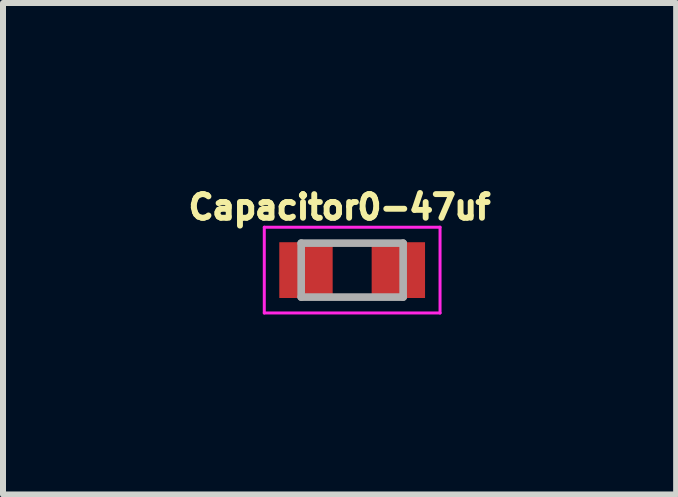
<source format=kicad_pcb>
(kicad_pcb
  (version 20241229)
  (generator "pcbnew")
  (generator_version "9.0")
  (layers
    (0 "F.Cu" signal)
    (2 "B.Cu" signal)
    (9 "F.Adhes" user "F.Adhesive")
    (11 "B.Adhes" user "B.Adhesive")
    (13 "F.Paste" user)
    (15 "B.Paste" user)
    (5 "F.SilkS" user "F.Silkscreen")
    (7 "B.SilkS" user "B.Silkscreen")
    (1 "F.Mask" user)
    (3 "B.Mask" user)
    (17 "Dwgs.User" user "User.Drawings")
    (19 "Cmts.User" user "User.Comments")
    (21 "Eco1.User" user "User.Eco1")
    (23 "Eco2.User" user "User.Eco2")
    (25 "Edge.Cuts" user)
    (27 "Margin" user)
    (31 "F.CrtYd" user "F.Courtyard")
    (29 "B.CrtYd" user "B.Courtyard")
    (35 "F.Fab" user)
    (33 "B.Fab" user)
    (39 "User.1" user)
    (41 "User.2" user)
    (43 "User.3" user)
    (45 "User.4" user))
  (footprint "Capacitor0-47uf"
    (layer "F.Cu")
    (at 2.821 1.453)
    (property "Reference" "Capacitor0-47uf" (at -0.21 -1.05 0) (layer "F.SilkS") (effects (font (size 0.394 0.394) (thickness 0.15))))
    (attr smd)
    (fp_line (start -1.465 -0.715) (end 1.465 -0.715) (stroke (width 0.05) (type solid)) (layer "F.CrtYd"))
    (fp_line (start -1.465 0.715) (end -1.465 -0.715) (stroke (width 0.05) (type solid)) (layer "F.CrtYd"))
    (fp_line (start -1.465 0.715) (end 1.465 0.715) (stroke (width 0.05) (type solid)) (layer "F.CrtYd"))
    (fp_line (start 1.465 0.715) (end 1.465 -0.715) (stroke (width 0.05) (type solid)) (layer "F.CrtYd"))
    (fp_line (start -0.85 0.45) (end -0.85 -0.45) (stroke (width 0.127) (type solid)) (layer "F.Fab"))
    (fp_line (start 0.85 -0.45) (end -0.85 -0.45) (stroke (width 0.127) (type solid)) (layer "F.Fab"))
    (fp_line (start 0.85 0.45) (end -0.85 0.45) (stroke (width 0.127) (type solid)) (layer "F.Fab"))
    (fp_line (start 0.85 0.45) (end 0.85 -0.45) (stroke (width 0.127) (type solid)) (layer "F.Fab"))
    (pad "1" smd rect (at -0.77 0) (size 0.89 0.93) (layers "F.Cu" "F.Mask" "F.Paste"))
    (pad "2" smd rect (at 0.77 0) (size 0.89 0.93) (layers "F.Cu" "F.Mask" "F.Paste")))
  (gr_rect
    (start -3 -3)
    (end 8.222 5.193)
    (stroke (width 0.1) (type default))
    (fill no)
    (layer "Edge.Cuts")))
</source>
